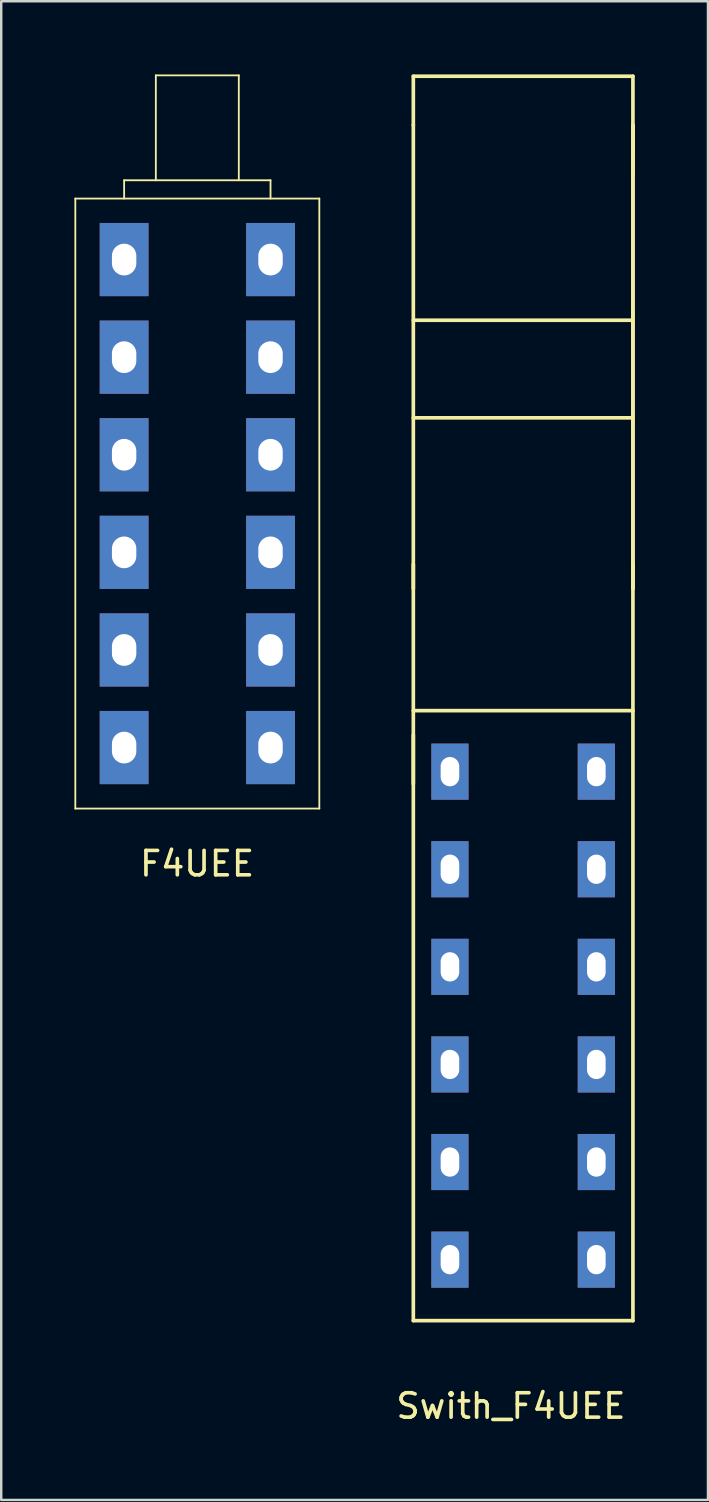
<source format=kicad_pcb>
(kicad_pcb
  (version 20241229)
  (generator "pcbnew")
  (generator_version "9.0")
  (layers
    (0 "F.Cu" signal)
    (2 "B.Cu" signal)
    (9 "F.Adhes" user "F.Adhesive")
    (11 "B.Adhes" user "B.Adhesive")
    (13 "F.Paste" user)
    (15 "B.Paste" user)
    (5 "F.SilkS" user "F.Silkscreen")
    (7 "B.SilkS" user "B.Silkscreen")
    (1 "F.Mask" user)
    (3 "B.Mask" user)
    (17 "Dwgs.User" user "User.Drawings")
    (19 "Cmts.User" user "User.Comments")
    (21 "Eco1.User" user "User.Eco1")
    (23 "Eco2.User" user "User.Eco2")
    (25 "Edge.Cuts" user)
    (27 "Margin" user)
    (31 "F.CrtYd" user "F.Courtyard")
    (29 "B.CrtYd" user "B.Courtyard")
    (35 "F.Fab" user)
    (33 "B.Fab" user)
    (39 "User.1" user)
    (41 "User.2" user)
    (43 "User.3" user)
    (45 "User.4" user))
  (footprint "Swith_F4UEE"
    (layer "F.Cu")
    (at 17.89 54.075)
    (property "Reference" "Swith_F4UEE" (at 0 0.5 0) (layer "F.SilkS") (effects (font (size 1 1) (thickness 0.15))))
    (attr through_hole)
    (fp_line (start -4 -54) (end 5 -54) (stroke (width 0.15) (type solid)) (layer "F.SilkS"))
    (fp_line (start -4 -52) (end -4 -54) (stroke (width 0.15) (type solid)) (layer "F.SilkS"))
    (fp_line (start -4 -52) (end -4 -33) (stroke (width 0.15) (type solid)) (layer "F.SilkS"))
    (fp_line (start -4 -44) (end 5 -44) (stroke (width 0.15) (type solid)) (layer "F.SilkS"))
    (fp_line (start -4 -34) (end -4 -25) (stroke (width 0.15) (type solid)) (layer "F.SilkS"))
    (fp_line (start -4 -28) (end 5 -28) (stroke (width 0.15) (type solid)) (layer "F.SilkS"))
    (fp_line (start -4 -3) (end -4 -27) (stroke (width 0.15) (type solid)) (layer "F.SilkS"))
    (fp_line (start 5 -54) (end 5 -51) (stroke (width 0.15) (type solid)) (layer "F.SilkS"))
    (fp_line (start 5 -52) (end 5 -50) (stroke (width 0.15) (type solid)) (layer "F.SilkS"))
    (fp_line (start 5 -52) (end 5 -33) (stroke (width 0.15) (type solid)) (layer "F.SilkS"))
    (fp_line (start 5 -40) (end -4 -40) (stroke (width 0.15) (type solid)) (layer "F.SilkS"))
    (fp_line (start 5 -33) (end 5 -52) (stroke (width 0.15) (type solid)) (layer "F.SilkS"))
    (fp_line (start 5 -3) (end -4 -3) (stroke (width 0.15) (type solid)) (layer "F.SilkS"))
    (fp_line (start 5 -3) (end 5 -34) (stroke (width 0.15) (type solid)) (layer "F.SilkS"))
    (pad "A0" thru_hole rect (at -2.5 -21.5 180) (size 1.524 2.3) (drill oval 0.762 1.2) (layers "*.Cu" "*.Mask"))
    (pad "A1" thru_hole rect (at -2.5 -17.5 180) (size 1.524 2.3) (drill oval 0.762 1.2) (layers "*.Cu" "*.Mask"))
    (pad "A2" thru_hole rect (at -2.5 -25.5 180) (size 1.524 2.3) (drill oval 0.762 1.2) (layers "*.Cu" "*.Mask"))
    (pad "B0" thru_hole rect (at 3.5 -21.5 180) (size 1.524 2.3) (drill oval 0.762 1.2) (layers "*.Cu" "*.Mask"))
    (pad "B1" thru_hole rect (at 3.5 -17.5 180) (size 1.524 2.3) (drill oval 0.762 1.2) (layers "*.Cu" "*.Mask"))
    (pad "B2" thru_hole rect (at 3.5 -25.5 180) (size 1.524 2.3) (drill oval 0.762 1.2) (layers "*.Cu" "*.Mask"))
    (pad "C0" thru_hole rect (at -2.5 -9.5 180) (size 1.524 2.3) (drill oval 0.762 1.2) (layers "*.Cu" "*.Mask"))
    (pad "C1" thru_hole rect (at -2.5 -5.5 180) (size 1.524 2.3) (drill oval 0.762 1.2) (layers "*.Cu" "*.Mask"))
    (pad "C2" thru_hole rect (at -2.5 -13.5 180) (size 1.524 2.3) (drill oval 0.762 1.2) (layers "*.Cu" "*.Mask"))
    (pad "D0" thru_hole rect (at 3.5 -9.5 180) (size 1.524 2.3) (drill oval 0.762 1.2) (layers "*.Cu" "*.Mask"))
    (pad "D1" thru_hole rect (at 3.5 -5.5 180) (size 1.524 2.3) (drill oval 0.762 1.2) (layers "*.Cu" "*.Mask"))
    (pad "D2" thru_hole rect (at 3.5 -13.5 180) (size 1.524 2.3) (drill oval 0.762 1.2) (layers "*.Cu" "*.Mask")))
  (footprint "F4UEE"
    (layer "F.Cu")
    (at 5.037 7.588)
    (property "Reference" "F4UEE" (at -0.01 24.76 0) (layer "F.SilkS") (effects (font (size 1 1) (thickness 0.15))))
    (attr through_hole)
    (fp_line (start -5 -2.5) (end -5 22.5) (stroke (width 0.075) (type solid)) (layer "F.SilkS"))
    (fp_line (start -5 -2.5) (end 5 -2.5) (stroke (width 0.075) (type solid)) (layer "F.SilkS"))
    (fp_line (start -5 22.5) (end 5 22.5) (stroke (width 0.075) (type solid)) (layer "F.SilkS"))
    (fp_line (start -3 -3.25) (end 3 -3.25) (stroke (width 0.075) (type solid)) (layer "F.SilkS"))
    (fp_line (start -3 -2.5) (end -3 -3.25) (stroke (width 0.075) (type solid)) (layer "F.SilkS"))
    (fp_line (start -1.7 -7.55) (end 1.7 -7.55) (stroke (width 0.075) (type solid)) (layer "F.SilkS"))
    (fp_line (start -1.7 -3.25) (end -1.7 -7.55) (stroke (width 0.075) (type solid)) (layer "F.SilkS"))
    (fp_line (start 1.7 -7.55) (end 1.7 -3.25) (stroke (width 0.075) (type solid)) (layer "F.SilkS"))
    (fp_line (start 3 -2.5) (end 3 -3.25) (stroke (width 0.075) (type solid)) (layer "F.SilkS"))
    (fp_line (start 5 -2.5) (end 5 22.5) (stroke (width 0.075) (type solid)) (layer "F.SilkS"))
    (pad "A0" thru_hole rect (at -3 4) (size 2 3) (drill oval 1 1.3) (layers "*.Cu" "*.Mask"))
    (pad "A1" thru_hole rect (at -3 8) (size 2 3) (drill oval 1 1.3) (layers "*.Cu" "*.Mask"))
    (pad "A2" thru_hole rect (at -3 0) (size 2 3) (drill oval 1 1.3) (layers "*.Cu" "*.Mask"))
    (pad "B0" thru_hole rect (at 3 4) (size 2 3) (drill oval 1 1.3) (layers "*.Cu" "*.Mask"))
    (pad "B1" thru_hole rect (at 3 8) (size 2 3) (drill oval 1 1.3) (layers "*.Cu" "*.Mask"))
    (pad "B2" thru_hole rect (at 3 0) (size 2 3) (drill oval 1 1.3) (layers "*.Cu" "*.Mask"))
    (pad "C0" thru_hole rect (at -3 16) (size 2 3) (drill oval 1 1.3) (layers "*.Cu" "*.Mask"))
    (pad "C1" thru_hole rect (at -3 20) (size 2 3) (drill oval 1 1.3) (layers "*.Cu" "*.Mask"))
    (pad "C2" thru_hole rect (at -3 12) (size 2 3) (drill oval 1 1.3) (layers "*.Cu" "*.Mask"))
    (pad "D0" thru_hole rect (at 3 16) (size 2 3) (drill oval 1 1.3) (layers "*.Cu" "*.Mask"))
    (pad "D1" thru_hole rect (at 3 20) (size 2 3) (drill oval 1 1.3) (layers "*.Cu" "*.Mask"))
    (pad "D2" thru_hole rect (at 3 12) (size 2 3) (drill oval 1 1.3) (layers "*.Cu" "*.Mask")))
  (gr_rect
    (start -3 -3)
    (end 25.965 58.423)
    (stroke (width 0.1) (type default))
    (fill no)
    (layer "Edge.Cuts")))
</source>
